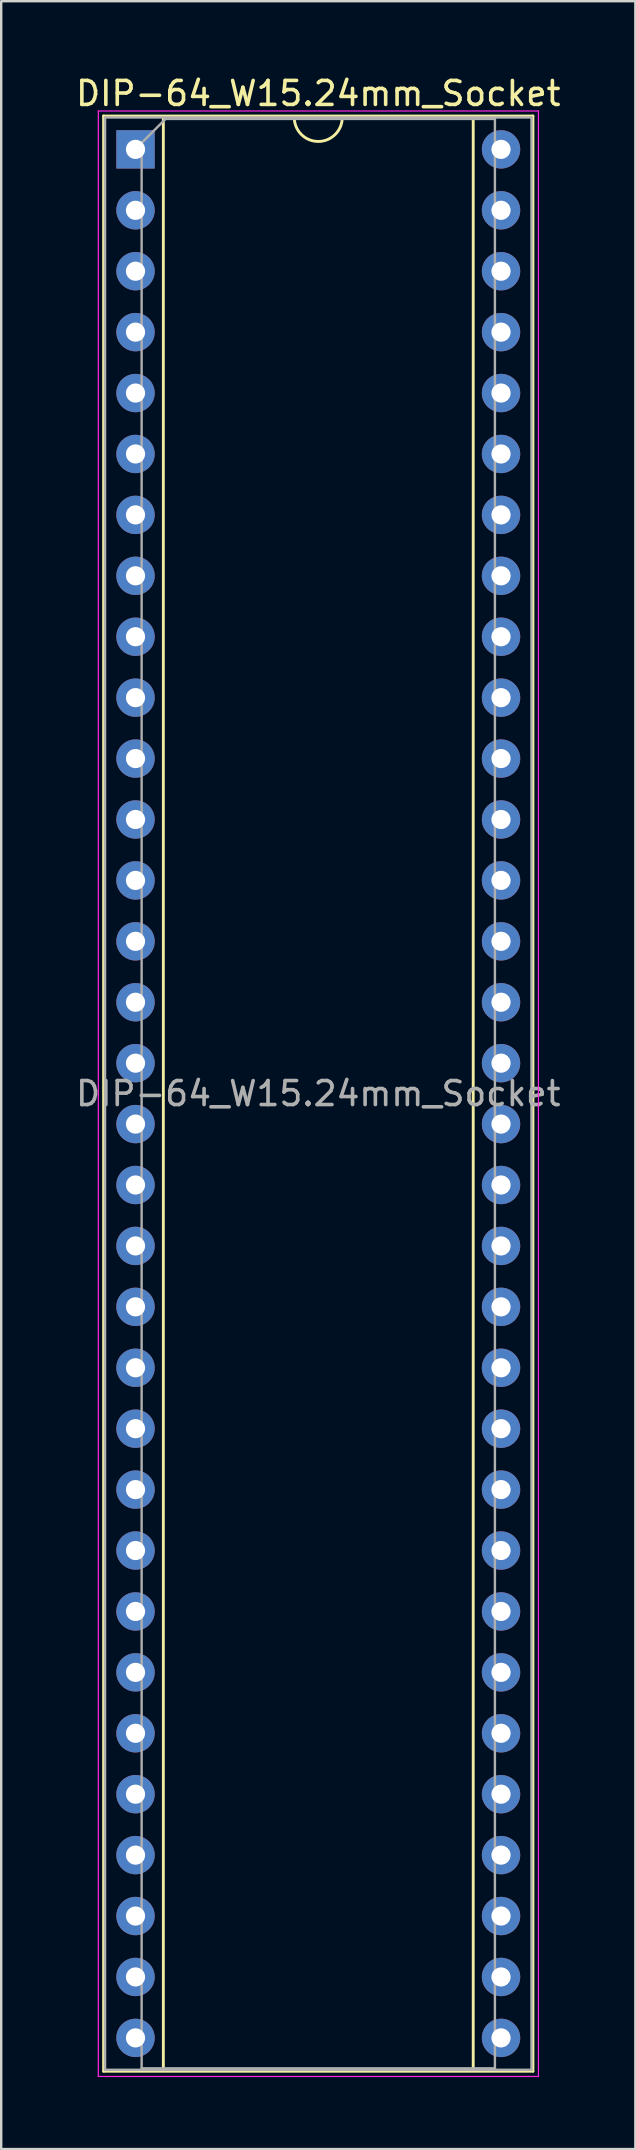
<source format=kicad_pcb>
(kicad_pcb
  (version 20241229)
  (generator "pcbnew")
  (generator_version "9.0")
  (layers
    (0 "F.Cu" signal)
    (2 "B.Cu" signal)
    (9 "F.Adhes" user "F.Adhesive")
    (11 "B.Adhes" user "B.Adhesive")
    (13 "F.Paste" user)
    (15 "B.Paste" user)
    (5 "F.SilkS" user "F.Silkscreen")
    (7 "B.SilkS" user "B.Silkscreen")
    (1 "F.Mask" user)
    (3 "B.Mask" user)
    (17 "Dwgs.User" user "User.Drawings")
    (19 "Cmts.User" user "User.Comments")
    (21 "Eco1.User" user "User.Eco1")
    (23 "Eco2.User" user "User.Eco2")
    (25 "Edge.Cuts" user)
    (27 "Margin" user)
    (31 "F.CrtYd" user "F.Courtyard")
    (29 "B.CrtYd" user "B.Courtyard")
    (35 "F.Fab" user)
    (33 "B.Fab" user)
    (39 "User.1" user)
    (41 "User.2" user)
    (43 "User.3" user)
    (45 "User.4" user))
  (footprint "DIP-64_W15.24mm_Socket"
    (layer "F.Cu")
    (at 2.6 3.178)
    (property "Reference" "DIP-64_W15.24mm_Socket" (at 7.62 -2.33 0) (layer "F.SilkS") (effects (font (size 1 1) (thickness 0.15))))
    (attr through_hole)
    (fp_line (start -1.33 -1.39) (end -1.33 80.13) (stroke (width 0.12) (type solid)) (layer "F.SilkS"))
    (fp_line (start -1.33 80.13) (end 16.57 80.13) (stroke (width 0.12) (type solid)) (layer "F.SilkS"))
    (fp_line (start 1.16 -1.33) (end 1.16 80.07) (stroke (width 0.12) (type solid)) (layer "F.SilkS"))
    (fp_line (start 1.16 80.07) (end 14.08 80.07) (stroke (width 0.12) (type solid)) (layer "F.SilkS"))
    (fp_line (start 6.62 -1.33) (end 1.16 -1.33) (stroke (width 0.12) (type solid)) (layer "F.SilkS"))
    (fp_line (start 14.08 -1.33) (end 8.62 -1.33) (stroke (width 0.12) (type solid)) (layer "F.SilkS"))
    (fp_line (start 14.08 80.07) (end 14.08 -1.33) (stroke (width 0.12) (type solid)) (layer "F.SilkS"))
    (fp_line (start 16.57 -1.39) (end -1.33 -1.39) (stroke (width 0.12) (type solid)) (layer "F.SilkS"))
    (fp_line (start 16.57 80.13) (end 16.57 -1.39) (stroke (width 0.12) (type solid)) (layer "F.SilkS"))
    (fp_arc (start 8.62 -1.33) (mid 7.62 -0.33) (end 6.62 -1.33) (stroke (width 0.12) (type solid)) (layer "F.SilkS"))
    (fp_line (start -1.55 -1.6) (end -1.55 80.35) (stroke (width 0.05) (type solid)) (layer "F.CrtYd"))
    (fp_line (start -1.55 80.35) (end 16.8 80.35) (stroke (width 0.05) (type solid)) (layer "F.CrtYd"))
    (fp_line (start 16.8 -1.6) (end -1.55 -1.6) (stroke (width 0.05) (type solid)) (layer "F.CrtYd"))
    (fp_line (start 16.8 80.35) (end 16.8 -1.6) (stroke (width 0.05) (type solid)) (layer "F.CrtYd"))
    (fp_line (start -1.27 -1.33) (end -1.27 80.07) (stroke (width 0.1) (type solid)) (layer "F.Fab"))
    (fp_line (start -1.27 80.07) (end 16.51 80.07) (stroke (width 0.1) (type solid)) (layer "F.Fab"))
    (fp_line (start 0.255 -0.27) (end 1.255 -1.27) (stroke (width 0.1) (type solid)) (layer "F.Fab"))
    (fp_line (start 0.255 80.01) (end 0.255 -0.27) (stroke (width 0.1) (type solid)) (layer "F.Fab"))
    (fp_line (start 1.255 -1.27) (end 14.985 -1.27) (stroke (width 0.1) (type solid)) (layer "F.Fab"))
    (fp_line (start 14.985 -1.27) (end 14.985 80.01) (stroke (width 0.1) (type solid)) (layer "F.Fab"))
    (fp_line (start 14.985 80.01) (end 0.255 80.01) (stroke (width 0.1) (type solid)) (layer "F.Fab"))
    (fp_line (start 16.51 -1.33) (end -1.27 -1.33) (stroke (width 0.1) (type solid)) (layer "F.Fab"))
    (fp_line (start 16.51 80.07) (end 16.51 -1.33) (stroke (width 0.1) (type solid)) (layer "F.Fab"))
    (fp_text user "${REFERENCE}" (at 7.62 39.37 0) (layer "F.Fab") (effects (font (size 1 1) (thickness 0.15))))
    (pad "1" thru_hole rect (at 0 0) (size 1.6 1.6) (drill 0.8) (layers "*.Cu" "*.Mask"))
    (pad "2" thru_hole oval (at 0 2.54) (size 1.6 1.6) (drill 0.8) (layers "*.Cu" "*.Mask"))
    (pad "3" thru_hole oval (at 0 5.08) (size 1.6 1.6) (drill 0.8) (layers "*.Cu" "*.Mask"))
    (pad "4" thru_hole oval (at 0 7.62) (size 1.6 1.6) (drill 0.8) (layers "*.Cu" "*.Mask"))
    (pad "5" thru_hole oval (at 0 10.16) (size 1.6 1.6) (drill 0.8) (layers "*.Cu" "*.Mask"))
    (pad "6" thru_hole oval (at 0 12.7) (size 1.6 1.6) (drill 0.8) (layers "*.Cu" "*.Mask"))
    (pad "7" thru_hole oval (at 0 15.24) (size 1.6 1.6) (drill 0.8) (layers "*.Cu" "*.Mask"))
    (pad "8" thru_hole oval (at 0 17.78) (size 1.6 1.6) (drill 0.8) (layers "*.Cu" "*.Mask"))
    (pad "9" thru_hole oval (at 0 20.32) (size 1.6 1.6) (drill 0.8) (layers "*.Cu" "*.Mask"))
    (pad "10" thru_hole oval (at 0 22.86) (size 1.6 1.6) (drill 0.8) (layers "*.Cu" "*.Mask"))
    (pad "11" thru_hole oval (at 0 25.4) (size 1.6 1.6) (drill 0.8) (layers "*.Cu" "*.Mask"))
    (pad "12" thru_hole oval (at 0 27.94) (size 1.6 1.6) (drill 0.8) (layers "*.Cu" "*.Mask"))
    (pad "13" thru_hole oval (at 0 30.48) (size 1.6 1.6) (drill 0.8) (layers "*.Cu" "*.Mask"))
    (pad "14" thru_hole oval (at 0 33.02) (size 1.6 1.6) (drill 0.8) (layers "*.Cu" "*.Mask"))
    (pad "15" thru_hole oval (at 0 35.56) (size 1.6 1.6) (drill 0.8) (layers "*.Cu" "*.Mask"))
    (pad "16" thru_hole oval (at 0 38.1) (size 1.6 1.6) (drill 0.8) (layers "*.Cu" "*.Mask"))
    (pad "17" thru_hole oval (at 0 40.64) (size 1.6 1.6) (drill 0.8) (layers "*.Cu" "*.Mask"))
    (pad "18" thru_hole oval (at 0 43.18) (size 1.6 1.6) (drill 0.8) (layers "*.Cu" "*.Mask"))
    (pad "19" thru_hole oval (at 0 45.72) (size 1.6 1.6) (drill 0.8) (layers "*.Cu" "*.Mask"))
    (pad "20" thru_hole oval (at 0 48.26) (size 1.6 1.6) (drill 0.8) (layers "*.Cu" "*.Mask"))
    (pad "21" thru_hole oval (at 0 50.8) (size 1.6 1.6) (drill 0.8) (layers "*.Cu" "*.Mask"))
    (pad "22" thru_hole oval (at 0 53.34) (size 1.6 1.6) (drill 0.8) (layers "*.Cu" "*.Mask"))
    (pad "23" thru_hole oval (at 0 55.88) (size 1.6 1.6) (drill 0.8) (layers "*.Cu" "*.Mask"))
    (pad "24" thru_hole oval (at 0 58.42) (size 1.6 1.6) (drill 0.8) (layers "*.Cu" "*.Mask"))
    (pad "25" thru_hole oval (at 0 60.96) (size 1.6 1.6) (drill 0.8) (layers "*.Cu" "*.Mask"))
    (pad "26" thru_hole oval (at 0 63.5) (size 1.6 1.6) (drill 0.8) (layers "*.Cu" "*.Mask"))
    (pad "27" thru_hole oval (at 0 66.04) (size 1.6 1.6) (drill 0.8) (layers "*.Cu" "*.Mask"))
    (pad "28" thru_hole oval (at 0 68.58) (size 1.6 1.6) (drill 0.8) (layers "*.Cu" "*.Mask"))
    (pad "29" thru_hole oval (at 0 71.12) (size 1.6 1.6) (drill 0.8) (layers "*.Cu" "*.Mask"))
    (pad "30" thru_hole oval (at 0 73.66) (size 1.6 1.6) (drill 0.8) (layers "*.Cu" "*.Mask"))
    (pad "31" thru_hole oval (at 0 76.2) (size 1.6 1.6) (drill 0.8) (layers "*.Cu" "*.Mask"))
    (pad "32" thru_hole oval (at 0 78.74) (size 1.6 1.6) (drill 0.8) (layers "*.Cu" "*.Mask"))
    (pad "33" thru_hole oval (at 15.24 78.74) (size 1.6 1.6) (drill 0.8) (layers "*.Cu" "*.Mask"))
    (pad "34" thru_hole oval (at 15.24 76.2) (size 1.6 1.6) (drill 0.8) (layers "*.Cu" "*.Mask"))
    (pad "35" thru_hole oval (at 15.24 73.66) (size 1.6 1.6) (drill 0.8) (layers "*.Cu" "*.Mask"))
    (pad "36" thru_hole oval (at 15.24 71.12) (size 1.6 1.6) (drill 0.8) (layers "*.Cu" "*.Mask"))
    (pad "37" thru_hole oval (at 15.24 68.58) (size 1.6 1.6) (drill 0.8) (layers "*.Cu" "*.Mask"))
    (pad "38" thru_hole oval (at 15.24 66.04) (size 1.6 1.6) (drill 0.8) (layers "*.Cu" "*.Mask"))
    (pad "39" thru_hole oval (at 15.24 63.5) (size 1.6 1.6) (drill 0.8) (layers "*.Cu" "*.Mask"))
    (pad "40" thru_hole oval (at 15.24 60.96) (size 1.6 1.6) (drill 0.8) (layers "*.Cu" "*.Mask"))
    (pad "41" thru_hole oval (at 15.24 58.42) (size 1.6 1.6) (drill 0.8) (layers "*.Cu" "*.Mask"))
    (pad "42" thru_hole oval (at 15.24 55.88) (size 1.6 1.6) (drill 0.8) (layers "*.Cu" "*.Mask"))
    (pad "43" thru_hole oval (at 15.24 53.34) (size 1.6 1.6) (drill 0.8) (layers "*.Cu" "*.Mask"))
    (pad "44" thru_hole oval (at 15.24 50.8) (size 1.6 1.6) (drill 0.8) (layers "*.Cu" "*.Mask"))
    (pad "45" thru_hole oval (at 15.24 48.26) (size 1.6 1.6) (drill 0.8) (layers "*.Cu" "*.Mask"))
    (pad "46" thru_hole oval (at 15.24 45.72) (size 1.6 1.6) (drill 0.8) (layers "*.Cu" "*.Mask"))
    (pad "47" thru_hole oval (at 15.24 43.18) (size 1.6 1.6) (drill 0.8) (layers "*.Cu" "*.Mask"))
    (pad "48" thru_hole oval (at 15.24 40.64) (size 1.6 1.6) (drill 0.8) (layers "*.Cu" "*.Mask"))
    (pad "49" thru_hole oval (at 15.24 38.1) (size 1.6 1.6) (drill 0.8) (layers "*.Cu" "*.Mask"))
    (pad "50" thru_hole oval (at 15.24 35.56) (size 1.6 1.6) (drill 0.8) (layers "*.Cu" "*.Mask"))
    (pad "51" thru_hole oval (at 15.24 33.02) (size 1.6 1.6) (drill 0.8) (layers "*.Cu" "*.Mask"))
    (pad "52" thru_hole oval (at 15.24 30.48) (size 1.6 1.6) (drill 0.8) (layers "*.Cu" "*.Mask"))
    (pad "53" thru_hole oval (at 15.24 27.94) (size 1.6 1.6) (drill 0.8) (layers "*.Cu" "*.Mask"))
    (pad "54" thru_hole oval (at 15.24 25.4) (size 1.6 1.6) (drill 0.8) (layers "*.Cu" "*.Mask"))
    (pad "55" thru_hole oval (at 15.24 22.86) (size 1.6 1.6) (drill 0.8) (layers "*.Cu" "*.Mask"))
    (pad "56" thru_hole oval (at 15.24 20.32) (size 1.6 1.6) (drill 0.8) (layers "*.Cu" "*.Mask"))
    (pad "57" thru_hole oval (at 15.24 17.78) (size 1.6 1.6) (drill 0.8) (layers "*.Cu" "*.Mask"))
    (pad "58" thru_hole oval (at 15.24 15.24) (size 1.6 1.6) (drill 0.8) (layers "*.Cu" "*.Mask"))
    (pad "59" thru_hole oval (at 15.24 12.7) (size 1.6 1.6) (drill 0.8) (layers "*.Cu" "*.Mask"))
    (pad "60" thru_hole oval (at 15.24 10.16) (size 1.6 1.6) (drill 0.8) (layers "*.Cu" "*.Mask"))
    (pad "61" thru_hole oval (at 15.24 7.62) (size 1.6 1.6) (drill 0.8) (layers "*.Cu" "*.Mask"))
    (pad "62" thru_hole oval (at 15.24 5.08) (size 1.6 1.6) (drill 0.8) (layers "*.Cu" "*.Mask"))
    (pad "63" thru_hole oval (at 15.24 2.54) (size 1.6 1.6) (drill 0.8) (layers "*.Cu" "*.Mask"))
    (pad "64" thru_hole oval (at 15.24 0) (size 1.6 1.6) (drill 0.8) (layers "*.Cu" "*.Mask")))
  (gr_rect
    (start -3 -3)
    (end 23.44 86.553)
    (stroke (width 0.1) (type default))
    (fill no)
    (layer "Edge.Cuts")))
</source>
